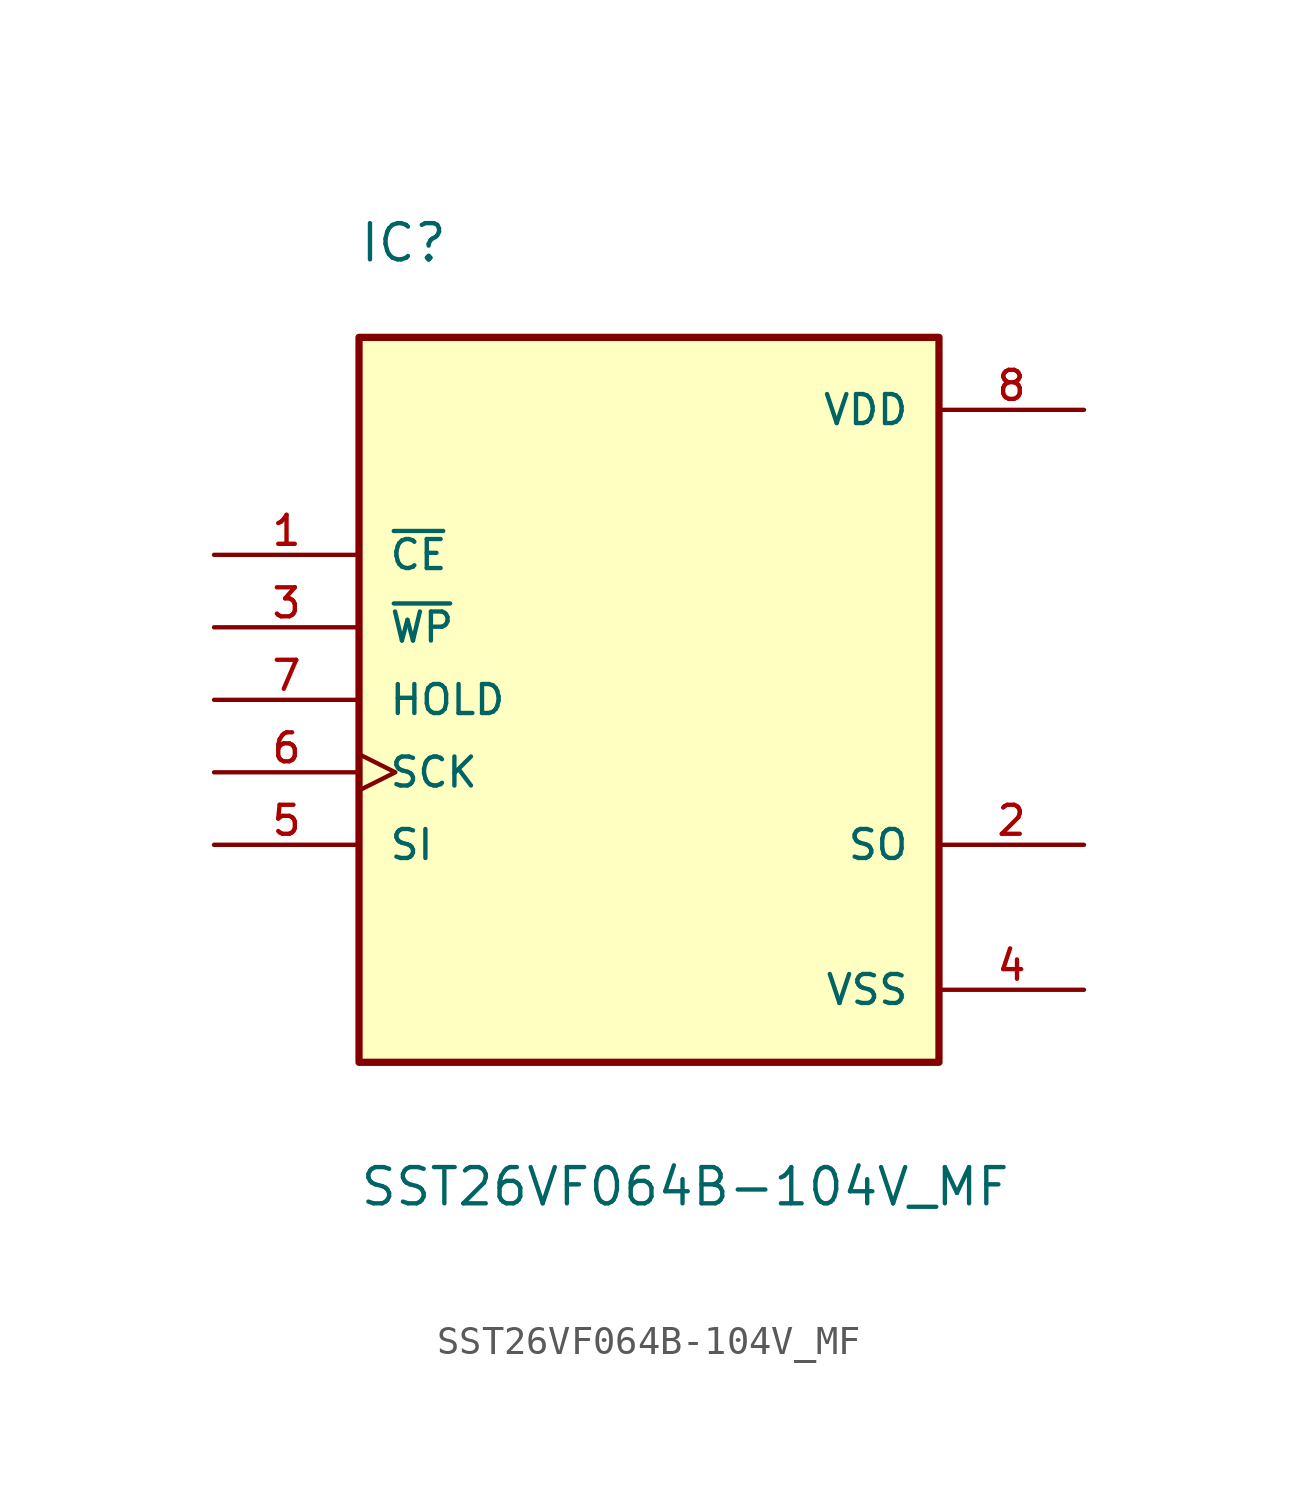
<source format=kicad_sym>
(kicad_symbol_lib
  (version 20211014)
  (generator kicad_symbol_editor)
  (symbol "SST26VF064B-104V_MF"
    (pin_names
      (offset 1.016))
    (property "Reference" "IC"
      (at -10.179 15.268 0)
      (effects (font (size 1.27 1.27)) (justify bottom left)))
    (property "Value" "SST26VF064B-104V_MF"
      (at -10.174 -17.805 0)
      (effects (font (size 1.27 1.27)) (justify bottom left)))
    (symbol "SST26VF064B-104V_MF_0_0"
      (rectangle (start -10.16 -12.7) (end 10.16 12.7) (stroke (width 0.254)) (fill (type background)))
      (pin input line (at -15.24 5.08 0) (length 5.08) (name "~{CE}" (effects (font (size 1.016 1.016)))) (number "1" (effects (font (size 1.016 1.016)))))
      (pin input line (at -15.24 2.54 0) (length 5.08) (name "~{WP}" (effects (font (size 1.016 1.016)))) (number "3" (effects (font (size 1.016 1.016)))))
      (pin input line (at -15.24 0.0 0) (length 5.08) (name "HOLD" (effects (font (size 1.016 1.016)))) (number "7" (effects (font (size 1.016 1.016)))))
      (pin input clock (at -15.24 -2.54 0) (length 5.08) (name "SCK" (effects (font (size 1.016 1.016)))) (number "6" (effects (font (size 1.016 1.016)))))
      (pin input line (at -15.24 -5.08 0) (length 5.08) (name "SI" (effects (font (size 1.016 1.016)))) (number "5" (effects (font (size 1.016 1.016)))))
      (pin output line (at 15.24 -5.08 180.0) (length 5.08) (name "SO" (effects (font (size 1.016 1.016)))) (number "2" (effects (font (size 1.016 1.016)))))
      (pin power_in line (at 15.24 10.16 180.0) (length 5.08) (name "VDD" (effects (font (size 1.016 1.016)))) (number "8" (effects (font (size 1.016 1.016)))))
      (pin passive line (at 15.24 -10.16 180.0) (length 5.08) (name "VSS" (effects (font (size 1.016 1.016)))) (number "4" (effects (font (size 1.016 1.016))))))))
</source>
